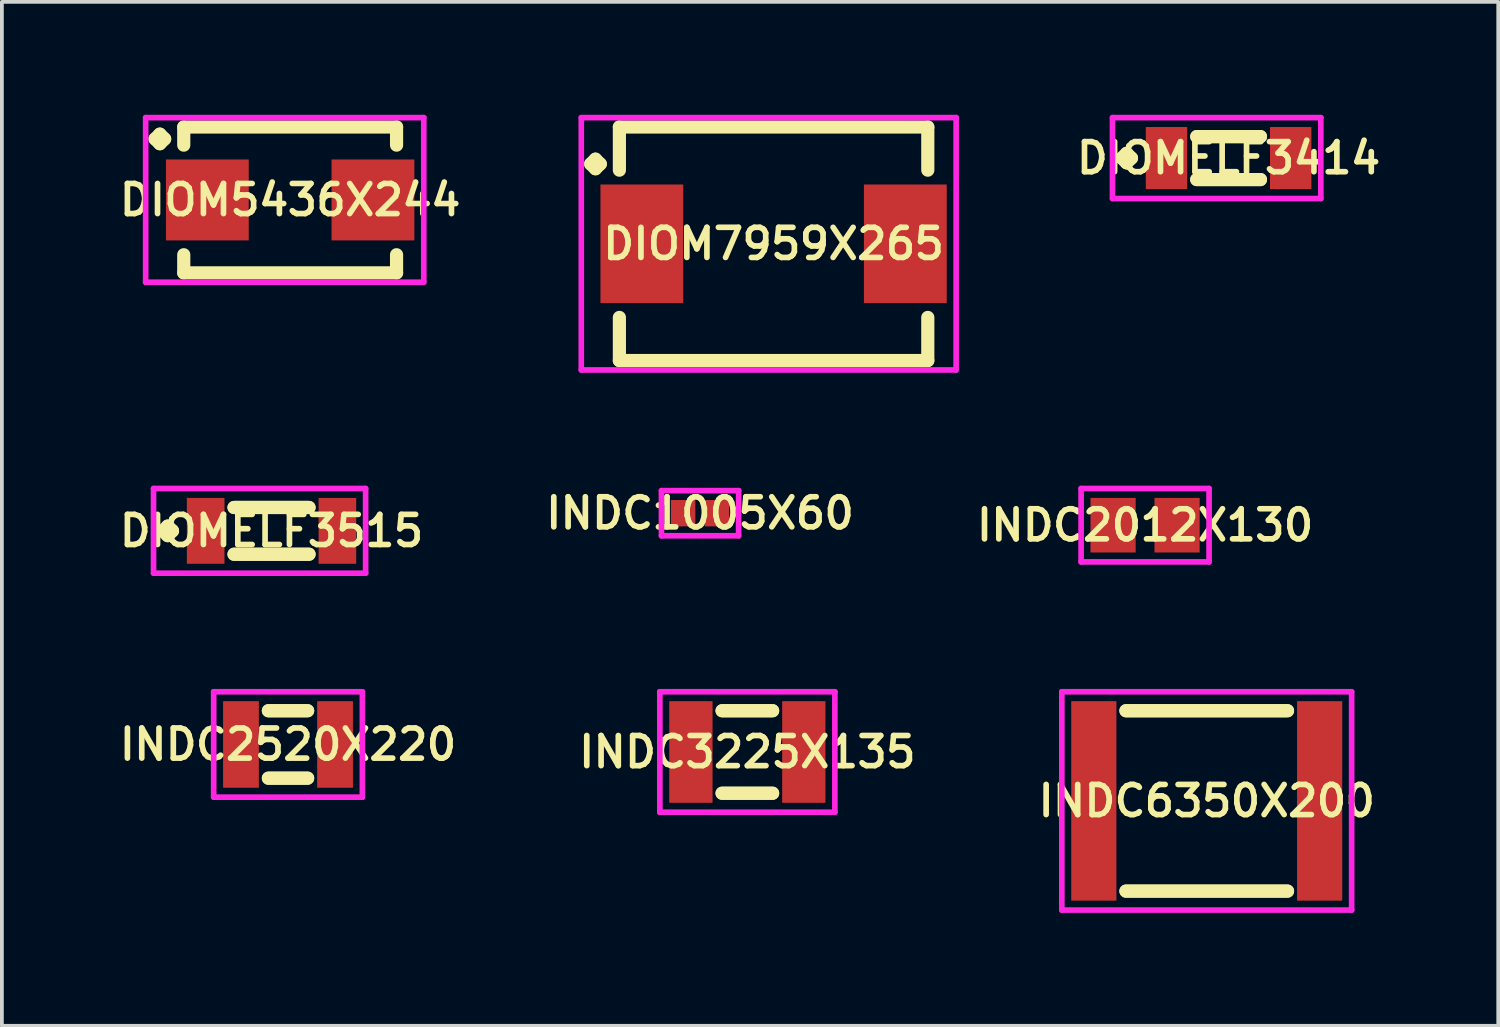
<source format=kicad_pcb>
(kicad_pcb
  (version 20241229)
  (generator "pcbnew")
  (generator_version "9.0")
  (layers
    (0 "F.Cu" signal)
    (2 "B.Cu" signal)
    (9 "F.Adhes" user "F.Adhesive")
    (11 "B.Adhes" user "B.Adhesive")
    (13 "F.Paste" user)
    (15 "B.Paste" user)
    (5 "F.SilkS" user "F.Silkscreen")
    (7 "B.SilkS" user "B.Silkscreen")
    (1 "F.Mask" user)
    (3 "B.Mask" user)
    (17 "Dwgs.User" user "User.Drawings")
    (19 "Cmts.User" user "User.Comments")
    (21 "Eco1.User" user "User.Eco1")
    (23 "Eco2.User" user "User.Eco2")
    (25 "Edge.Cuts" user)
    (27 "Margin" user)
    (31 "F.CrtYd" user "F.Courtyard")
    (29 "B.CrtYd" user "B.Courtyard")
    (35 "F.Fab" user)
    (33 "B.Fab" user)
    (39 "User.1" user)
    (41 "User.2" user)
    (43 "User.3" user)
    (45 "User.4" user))
  (footprint "DIOM5436X244"
    (layer "F.Cu")
    (at 4.659 2.262)
    (property "Reference" "DIOM5436X244" (at 0 0 0) (layer "F.SilkS") (effects (font (size 0.8 0.8) (thickness 0.15))))
    (attr smd)
    (fp_line (start -3.589 -1.621) (end -3.462 -1.748) (stroke (width 0.35) (type solid)) (layer "F.SilkS"))
    (fp_line (start -3.462 -1.748) (end -3.335 -1.621) (stroke (width 0.35) (type solid)) (layer "F.SilkS"))
    (fp_line (start -3.462 -1.494) (end -3.589 -1.621) (stroke (width 0.35) (type solid)) (layer "F.SilkS"))
    (fp_line (start -3.335 -1.621) (end -3.462 -1.494) (stroke (width 0.35) (type solid)) (layer "F.SilkS"))
    (fp_line (start -2.827 -1.937) (end 2.827 -1.937) (stroke (width 0.35) (type solid)) (layer "F.SilkS"))
    (fp_line (start -2.827 -1.456) (end -2.827 -1.937) (stroke (width 0.35) (type solid)) (layer "F.SilkS"))
    (fp_line (start -2.827 1.456) (end -2.827 1.937) (stroke (width 0.35) (type solid)) (layer "F.SilkS"))
    (fp_line (start -2.827 1.937) (end 2.827 1.937) (stroke (width 0.35) (type solid)) (layer "F.SilkS"))
    (fp_line (start 2.827 -1.937) (end 2.827 -1.456) (stroke (width 0.35) (type solid)) (layer "F.SilkS"))
    (fp_line (start 2.827 1.937) (end 2.827 1.456) (stroke (width 0.35) (type solid)) (layer "F.SilkS"))
    (fp_line (start -3.839 -2.187) (end 3.55 -2.187) (stroke (width 0.15) (type solid)) (layer "F.CrtYd"))
    (fp_line (start -3.839 2.187) (end -3.839 -2.187) (stroke (width 0.15) (type solid)) (layer "F.CrtYd"))
    (fp_line (start 3.55 -2.187) (end 3.55 2.187) (stroke (width 0.15) (type solid)) (layer "F.CrtYd"))
    (fp_line (start 3.55 2.187) (end -3.839 2.187) (stroke (width 0.15) (type solid)) (layer "F.CrtYd"))
    (pad "1" smd rect (at -2.2 0) (size 2.2 2.15) (layers "F.Cu" "F.Mask" "F.Paste"))
    (pad "2" smd rect (at 2.2 0) (size 2.2 2.15) (layers "F.Cu" "F.Mask" "F.Paste")))
  (footprint "INDC6350X200"
    (layer "F.Cu")
    (at 29.011 18.229)
    (property "Reference" "INDC6350X200" (at 0 0 0) (layer "F.SilkS") (effects (font (size 0.8 0.8) (thickness 0.15))))
    (attr smd)
    (fp_line (start -2.146 -2.396) (end 2.146 -2.396) (stroke (width 0.35) (type solid)) (layer "F.SilkS"))
    (fp_line (start -2.146 2.396) (end 2.146 2.396) (stroke (width 0.35) (type solid)) (layer "F.SilkS"))
    (fp_line (start 2.146 -2.396) (end -2.146 -2.396) (stroke (width 0.35) (type solid)) (layer "F.SilkS"))
    (fp_line (start 2.146 2.396) (end -2.146 2.396) (stroke (width 0.35) (type solid)) (layer "F.SilkS"))
    (fp_line (start -3.85 -2.9) (end 3.85 -2.9) (stroke (width 0.15) (type solid)) (layer "F.CrtYd"))
    (fp_line (start -3.85 2.9) (end -3.85 -2.9) (stroke (width 0.15) (type solid)) (layer "F.CrtYd"))
    (fp_line (start 3.85 -2.9) (end 3.85 2.9) (stroke (width 0.15) (type solid)) (layer "F.CrtYd"))
    (fp_line (start 3.85 2.9) (end -3.85 2.9) (stroke (width 0.15) (type solid)) (layer "F.CrtYd"))
    (pad "1" smd rect (at -3 0) (size 1.2 5.3) (layers "F.Cu" "F.Mask" "F.Paste"))
    (pad "2" smd rect (at 3 0) (size 1.2 5.3) (layers "F.Cu" "F.Mask" "F.Paste")))
  (footprint "INDC1005X60"
    (layer "F.Cu")
    (at 15.549 10.585)
    (property "Reference" "INDC1005X60" (at 0 0 0) (layer "F.SilkS") (effects (font (size 0.8 0.8) (thickness 0.15))))
    (attr smd)
    (fp_line (start -1.025 -0.6) (end 1.025 -0.6) (stroke (width 0.15) (type solid)) (layer "F.CrtYd"))
    (fp_line (start -1.025 0.6) (end -1.025 -0.6) (stroke (width 0.15) (type solid)) (layer "F.CrtYd"))
    (fp_line (start 1.025 -0.6) (end 1.025 0.6) (stroke (width 0.15) (type solid)) (layer "F.CrtYd"))
    (fp_line (start 1.025 0.6) (end -1.025 0.6) (stroke (width 0.15) (type solid)) (layer "F.CrtYd"))
    (pad "1" smd rect (at -0.45 0) (size 0.65 0.7) (layers "F.Cu" "F.Mask" "F.Paste"))
    (pad "2" smd rect (at 0.45 0) (size 0.65 0.7) (layers "F.Cu" "F.Mask" "F.Paste")))
  (footprint "INDC2520X220"
    (layer "F.Cu")
    (at 4.602 16.729)
    (property "Reference" "INDC2520X220" (at 0 0 0) (layer "F.SilkS") (effects (font (size 0.8 0.8) (thickness 0.15))))
    (attr through_hole)
    (fp_line (start -0.521 -0.896) (end 0.521 -0.896) (stroke (width 0.35) (type solid)) (layer "F.SilkS"))
    (fp_line (start -0.521 0.896) (end 0.521 0.896) (stroke (width 0.35) (type solid)) (layer "F.SilkS"))
    (fp_line (start 0.521 -0.896) (end -0.521 -0.896) (stroke (width 0.35) (type solid)) (layer "F.SilkS"))
    (fp_line (start 0.521 0.896) (end -0.521 0.896) (stroke (width 0.35) (type solid)) (layer "F.SilkS"))
    (fp_line (start -1.975 -1.4) (end 1.975 -1.4) (stroke (width 0.15) (type solid)) (layer "F.CrtYd"))
    (fp_line (start -1.975 1.4) (end -1.975 -1.4) (stroke (width 0.15) (type solid)) (layer "F.CrtYd"))
    (fp_line (start 1.975 -1.4) (end 1.975 1.4) (stroke (width 0.15) (type solid)) (layer "F.CrtYd"))
    (fp_line (start 1.975 1.4) (end -1.975 1.4) (stroke (width 0.15) (type solid)) (layer "F.CrtYd"))
    (pad "1" smd rect (at -1.25 0) (size 0.95 2.3) (layers "F.Cu" "F.Mask" "F.Paste"))
    (pad "2" smd rect (at 1.25 0) (size 0.95 2.3) (layers "F.Cu" "F.Mask" "F.Paste")))
  (footprint "INDC2012X130"
    (layer "F.Cu")
    (at 27.373 10.904)
    (property "Reference" "INDC2012X130" (at 0 0 0) (layer "F.SilkS") (effects (font (size 0.8 0.8) (thickness 0.15))))
    (attr through_hole)
    (fp_line (start -1.7 -0.975) (end 1.7 -0.975) (stroke (width 0.15) (type solid)) (layer "F.CrtYd"))
    (fp_line (start -1.7 0.975) (end -1.7 -0.975) (stroke (width 0.15) (type solid)) (layer "F.CrtYd"))
    (fp_line (start 1.7 -0.975) (end 1.7 0.975) (stroke (width 0.15) (type solid)) (layer "F.CrtYd"))
    (fp_line (start 1.7 0.975) (end -1.7 0.975) (stroke (width 0.15) (type solid)) (layer "F.CrtYd"))
    (pad "1" smd rect (at -0.85 0) (size 1.2 1.45) (layers "F.Cu" "F.Mask" "F.Paste"))
    (pad "2" smd rect (at 0.85 0) (size 1.2 1.45) (layers "F.Cu" "F.Mask" "F.Paste")))
  (footprint "DIOM7959X265"
    (layer "F.Cu")
    (at 17.503 3.427)
    (property "Reference" "DIOM7959X265" (at 0 0 0) (layer "F.SilkS") (effects (font (size 0.8 0.8) (thickness 0.15))))
    (attr smd)
    (fp_line (start -4.859 -2.121) (end -4.732 -2.248) (stroke (width 0.35) (type solid)) (layer "F.SilkS"))
    (fp_line (start -4.732 -2.248) (end -4.605 -2.121) (stroke (width 0.35) (type solid)) (layer "F.SilkS"))
    (fp_line (start -4.732 -1.994) (end -4.859 -2.121) (stroke (width 0.35) (type solid)) (layer "F.SilkS"))
    (fp_line (start -4.605 -2.121) (end -4.732 -1.994) (stroke (width 0.35) (type solid)) (layer "F.SilkS"))
    (fp_line (start -4.097 -3.102) (end 4.097 -3.102) (stroke (width 0.35) (type solid)) (layer "F.SilkS"))
    (fp_line (start -4.097 -1.956) (end -4.097 -3.102) (stroke (width 0.35) (type solid)) (layer "F.SilkS"))
    (fp_line (start -4.097 1.956) (end -4.097 3.102) (stroke (width 0.35) (type solid)) (layer "F.SilkS"))
    (fp_line (start -4.097 3.102) (end 4.097 3.102) (stroke (width 0.35) (type solid)) (layer "F.SilkS"))
    (fp_line (start 4.097 -3.102) (end 4.097 -1.956) (stroke (width 0.35) (type solid)) (layer "F.SilkS"))
    (fp_line (start 4.097 3.102) (end 4.097 1.956) (stroke (width 0.35) (type solid)) (layer "F.SilkS"))
    (fp_line (start -5.109 -3.352) (end 4.85 -3.352) (stroke (width 0.15) (type solid)) (layer "F.CrtYd"))
    (fp_line (start -5.109 3.352) (end -5.109 -3.352) (stroke (width 0.15) (type solid)) (layer "F.CrtYd"))
    (fp_line (start 4.85 -3.352) (end 4.85 3.352) (stroke (width 0.15) (type solid)) (layer "F.CrtYd"))
    (fp_line (start 4.85 3.352) (end -5.109 3.352) (stroke (width 0.15) (type solid)) (layer "F.CrtYd"))
    (pad "1" smd rect (at -3.5 0) (size 2.2 3.15) (layers "F.Cu" "F.Mask" "F.Paste"))
    (pad "2" smd rect (at 3.5 0) (size 2.2 3.15) (layers "F.Cu" "F.Mask" "F.Paste")))
  (footprint "DIOMELF3414"
    (layer "F.Cu")
    (at 29.592 1.15)
    (property "Reference" "DIOMELF3414" (at 0 0 0) (layer "F.SilkS") (effects (font (size 0.8 0.8) (thickness 0.15))))
    (attr smd)
    (fp_line (start -2.835 0) (end -2.708 -0.127) (stroke (width 0.35) (type solid)) (layer "F.SilkS"))
    (fp_line (start -2.708 -0.127) (end -2.581 0) (stroke (width 0.35) (type solid)) (layer "F.SilkS"))
    (fp_line (start -2.708 0.127) (end -2.835 0) (stroke (width 0.35) (type solid)) (layer "F.SilkS"))
    (fp_line (start -2.581 0) (end -2.708 0.127) (stroke (width 0.35) (type solid)) (layer "F.SilkS"))
    (fp_line (start -0.846 -0.571) (end 0.846 -0.571) (stroke (width 0.35) (type solid)) (layer "F.SilkS"))
    (fp_line (start -0.846 0.571) (end 0.846 0.571) (stroke (width 0.35) (type solid)) (layer "F.SilkS"))
    (fp_line (start 0.846 -0.571) (end -0.846 -0.571) (stroke (width 0.35) (type solid)) (layer "F.SilkS"))
    (fp_line (start 0.846 0.571) (end -0.846 0.571) (stroke (width 0.35) (type solid)) (layer "F.SilkS"))
    (fp_line (start -3.085 -1.075) (end 2.45 -1.075) (stroke (width 0.15) (type solid)) (layer "F.CrtYd"))
    (fp_line (start -3.085 1.075) (end -3.085 -1.075) (stroke (width 0.15) (type solid)) (layer "F.CrtYd"))
    (fp_line (start 2.45 -1.075) (end 2.45 1.075) (stroke (width 0.15) (type solid)) (layer "F.CrtYd"))
    (fp_line (start 2.45 1.075) (end -3.085 1.075) (stroke (width 0.15) (type solid)) (layer "F.CrtYd"))
    (pad "1" smd rect (at -1.65 0) (size 1.1 1.65) (layers "F.Cu" "F.Mask" "F.Paste"))
    (pad "2" smd rect (at 1.65 0) (size 1.1 1.65) (layers "F.Cu" "F.Mask" "F.Paste")))
  (footprint "INDC3225X135"
    (layer "F.Cu")
    (at 16.806 16.929)
    (property "Reference" "INDC3225X135" (at 0 0 0) (layer "F.SilkS") (effects (font (size 0.8 0.8) (thickness 0.15))))
    (attr smd)
    (fp_line (start -0.671 -1.096) (end 0.671 -1.096) (stroke (width 0.35) (type solid)) (layer "F.SilkS"))
    (fp_line (start -0.671 1.096) (end 0.671 1.096) (stroke (width 0.35) (type solid)) (layer "F.SilkS"))
    (fp_line (start 0.671 -1.096) (end -0.671 -1.096) (stroke (width 0.35) (type solid)) (layer "F.SilkS"))
    (fp_line (start 0.671 1.096) (end -0.671 1.096) (stroke (width 0.35) (type solid)) (layer "F.SilkS"))
    (fp_line (start -2.325 -1.6) (end 2.325 -1.6) (stroke (width 0.15) (type solid)) (layer "F.CrtYd"))
    (fp_line (start -2.325 1.6) (end -2.325 -1.6) (stroke (width 0.15) (type solid)) (layer "F.CrtYd"))
    (fp_line (start 2.325 -1.6) (end 2.325 1.6) (stroke (width 0.15) (type solid)) (layer "F.CrtYd"))
    (fp_line (start 2.325 1.6) (end -2.325 1.6) (stroke (width 0.15) (type solid)) (layer "F.CrtYd"))
    (pad "1" smd rect (at -1.5 0) (size 1.15 2.7) (layers "F.Cu" "F.Mask" "F.Paste"))
    (pad "2" smd rect (at 1.5 0) (size 1.15 2.7) (layers "F.Cu" "F.Mask" "F.Paste")))
  (footprint "DIOMELF3515"
    (layer "F.Cu")
    (at 4.164 11.054)
    (property "Reference" "DIOMELF3515" (at 0 0 0) (layer "F.SilkS") (effects (font (size 0.8 0.8) (thickness 0.15))))
    (attr smd)
    (fp_line (start -2.885 0) (end -2.758 -0.127) (stroke (width 0.35) (type solid)) (layer "F.SilkS"))
    (fp_line (start -2.758 -0.127) (end -2.631 0) (stroke (width 0.35) (type solid)) (layer "F.SilkS"))
    (fp_line (start -2.758 0.127) (end -2.885 0) (stroke (width 0.35) (type solid)) (layer "F.SilkS"))
    (fp_line (start -2.631 0) (end -2.758 0.127) (stroke (width 0.35) (type solid)) (layer "F.SilkS"))
    (fp_line (start -0.996 -0.621) (end 0.996 -0.621) (stroke (width 0.35) (type solid)) (layer "F.SilkS"))
    (fp_line (start -0.996 0.621) (end 0.996 0.621) (stroke (width 0.35) (type solid)) (layer "F.SilkS"))
    (fp_line (start 0.996 -0.621) (end -0.996 -0.621) (stroke (width 0.35) (type solid)) (layer "F.SilkS"))
    (fp_line (start 0.996 0.621) (end -0.996 0.621) (stroke (width 0.35) (type solid)) (layer "F.SilkS"))
    (fp_line (start -3.135 -1.125) (end 2.5 -1.125) (stroke (width 0.15) (type solid)) (layer "F.CrtYd"))
    (fp_line (start -3.135 1.125) (end -3.135 -1.125) (stroke (width 0.15) (type solid)) (layer "F.CrtYd"))
    (fp_line (start 2.5 -1.125) (end 2.5 1.125) (stroke (width 0.15) (type solid)) (layer "F.CrtYd"))
    (fp_line (start 2.5 1.125) (end -3.135 1.125) (stroke (width 0.15) (type solid)) (layer "F.CrtYd"))
    (pad "1" smd rect (at -1.75 0) (size 1 1.75) (layers "F.Cu" "F.Mask" "F.Paste"))
    (pad "2" smd rect (at 1.75 0) (size 1 1.75) (layers "F.Cu" "F.Mask" "F.Paste")))
  (gr_rect
    (start -3 -3)
    (end 36.756 24.204)
    (stroke (width 0.1) (type default))
    (fill no)
    (layer "Edge.Cuts")))
</source>
